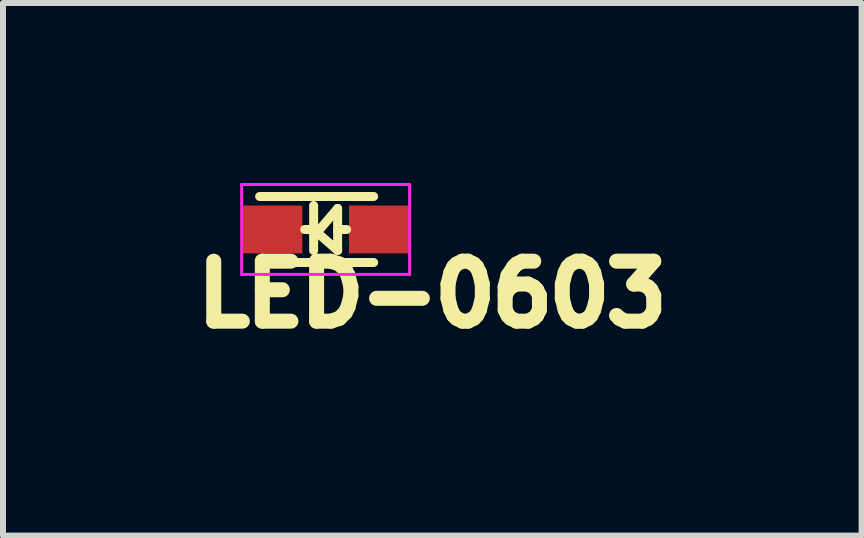
<source format=kicad_pcb>
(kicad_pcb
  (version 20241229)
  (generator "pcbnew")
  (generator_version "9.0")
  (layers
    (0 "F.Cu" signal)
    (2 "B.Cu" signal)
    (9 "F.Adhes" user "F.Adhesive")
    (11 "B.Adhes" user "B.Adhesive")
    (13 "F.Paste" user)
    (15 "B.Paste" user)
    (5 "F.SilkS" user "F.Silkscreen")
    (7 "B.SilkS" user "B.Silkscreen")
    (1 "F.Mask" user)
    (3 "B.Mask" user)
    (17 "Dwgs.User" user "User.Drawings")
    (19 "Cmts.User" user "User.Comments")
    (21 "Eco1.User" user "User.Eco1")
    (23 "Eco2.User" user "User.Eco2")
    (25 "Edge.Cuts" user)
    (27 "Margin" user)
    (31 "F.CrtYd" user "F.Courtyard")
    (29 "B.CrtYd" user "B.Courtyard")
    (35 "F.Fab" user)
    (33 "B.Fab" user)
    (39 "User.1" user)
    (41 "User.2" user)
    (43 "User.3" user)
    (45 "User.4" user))
  (footprint "LED-0603"
    (layer "F.Cu")
    (at 2.378 0.775)
    (property "Reference" "LED-0603" (at 1.778 1.079 0) (layer "F.SilkS") (effects (font (size 1 1) (thickness 0.25))))
    (attr smd)
    (fp_line (start -1.1 -0.55) (end 0.8 -0.55) (stroke (width 0.15) (type solid)) (layer "F.SilkS"))
    (fp_line (start -1.1 0.55) (end 0.8 0.55) (stroke (width 0.15) (type solid)) (layer "F.SilkS"))
    (fp_line (start -0.35 0) (end -0.15 0) (stroke (width 0.15) (type solid)) (layer "F.SilkS"))
    (fp_line (start -0.2 -0.4) (end -0.2 0.35) (stroke (width 0.15) (type solid)) (layer "F.SilkS"))
    (fp_line (start -0.2 0) (end -0.15 0) (stroke (width 0.15) (type solid)) (layer "F.SilkS"))
    (fp_line (start -0.1 0) (end 0.2 -0.35) (stroke (width 0.15) (type solid)) (layer "F.SilkS"))
    (fp_line (start 0.2 -0.35) (end 0.2 0.35) (stroke (width 0.15) (type solid)) (layer "F.SilkS"))
    (fp_line (start 0.2 0) (end 0.35 0) (stroke (width 0.15) (type solid)) (layer "F.SilkS"))
    (fp_line (start 0.2 0.35) (end -0.2 0) (stroke (width 0.15) (type solid)) (layer "F.SilkS"))
    (fp_line (start -1.4 -0.75) (end 1.4 -0.75) (stroke (width 0.05) (type solid)) (layer "F.CrtYd"))
    (fp_line (start -1.4 0.75) (end -1.4 -0.75) (stroke (width 0.05) (type solid)) (layer "F.CrtYd"))
    (fp_line (start 1.4 -0.75) (end 1.4 0.75) (stroke (width 0.05) (type solid)) (layer "F.CrtYd"))
    (fp_line (start 1.4 0.75) (end -1.4 0.75) (stroke (width 0.05) (type solid)) (layer "F.CrtYd"))
    (pad "1" smd rect (at -0.889 0 180) (size 1 0.798) (layers "F.Cu" "F.Mask" "F.Paste"))
    (pad "2" smd rect (at 0.889 0 180) (size 1 0.798) (layers "F.Cu" "F.Mask" "F.Paste")))
  (gr_rect
    (start -3 -3)
    (end 11.312 5.878)
    (stroke (width 0.1) (type default))
    (fill no)
    (layer "Edge.Cuts")))
</source>
